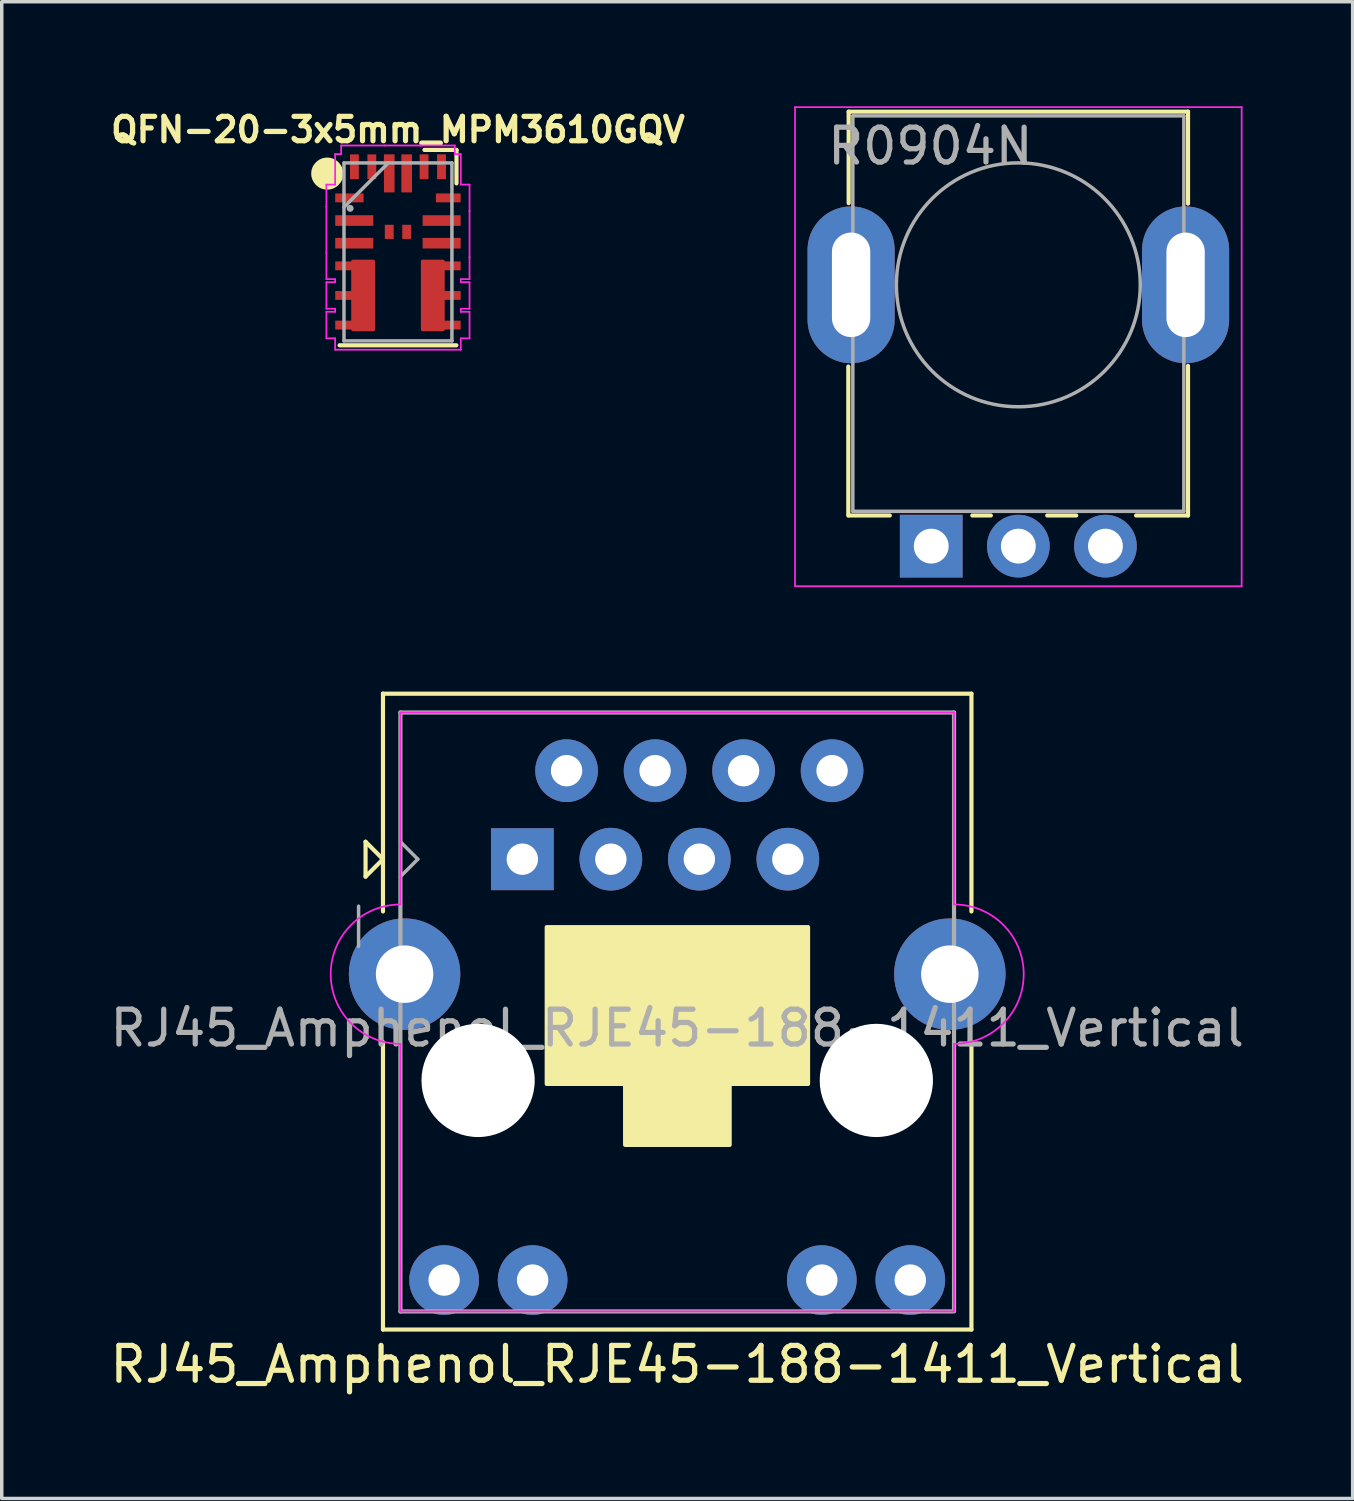
<source format=kicad_pcb>
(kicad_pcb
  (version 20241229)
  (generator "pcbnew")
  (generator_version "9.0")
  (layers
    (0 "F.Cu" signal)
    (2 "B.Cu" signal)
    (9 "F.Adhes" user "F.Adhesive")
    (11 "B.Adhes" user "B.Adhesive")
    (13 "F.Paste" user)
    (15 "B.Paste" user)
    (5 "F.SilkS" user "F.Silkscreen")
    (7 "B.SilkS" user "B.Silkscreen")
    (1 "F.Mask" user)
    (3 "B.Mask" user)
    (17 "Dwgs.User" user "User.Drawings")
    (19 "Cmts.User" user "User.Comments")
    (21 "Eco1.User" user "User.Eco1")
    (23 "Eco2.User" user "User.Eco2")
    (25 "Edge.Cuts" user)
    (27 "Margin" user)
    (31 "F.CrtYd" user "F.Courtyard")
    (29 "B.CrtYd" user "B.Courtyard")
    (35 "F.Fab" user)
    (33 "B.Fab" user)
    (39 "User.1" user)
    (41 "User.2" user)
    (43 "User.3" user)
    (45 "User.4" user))
  (footprint "QFN-20-3x5mm_MPM3610GQV"
    (layer "F.Cu")
    (at 8.372 4.18)
    (property "Reference" "QFN-20-3x5mm_MPM3610GQV" (at 0 -3.507 0) (layer "F.SilkS") (effects (font (size 0.7 0.7) (thickness 0.15))))
    (attr smd)
    (fp_poly (pts (xy -1.292 0.273) (xy -0.708 0.273) (xy -0.708 2.227) (xy -1.292 2.227)) (stroke (width 0.1) (type solid)) (fill yes) (layer "F.Cu"))
    (fp_poly (pts (xy 1.292 2.227) (xy 0.708 2.227) (xy 0.708 0.273) (xy 1.292 0.273)) (stroke (width 0.1) (type solid)) (fill yes) (layer "F.Cu"))
    (fp_poly (pts (xy -1.292 0.273) (xy -0.708 0.273) (xy -0.708 2.227) (xy -1.292 2.227)) (stroke (width 0.1) (type solid)) (fill yes) (layer "F.Mask"))
    (fp_poly (pts (xy 1.292 2.227) (xy 0.708 2.227) (xy 0.708 0.273) (xy 1.292 0.273)) (stroke (width 0.1) (type solid)) (fill yes) (layer "F.Mask"))
    (fp_line (start 1.676 2.68) (end -1.676 2.68) (stroke (width 0.12) (type solid)) (layer "F.SilkS"))
    (fp_line (start 1.68 -2.927) (end 0.76 -2.927) (stroke (width 0.12) (type solid)) (layer "F.SilkS"))
    (fp_line (start 1.68 -1.967) (end 1.68 -2.927) (stroke (width 0.12) (type solid)) (layer "F.SilkS"))
    (fp_circle (center -2.03 -2.247) (end -1.63 -2.247) (stroke (width 0.12) (type solid)) (fill yes) (layer "F.SilkS"))
    (fp_poly (pts (xy -1.292 0.273) (xy -0.708 0.273) (xy -0.708 2.227) (xy -1.292 2.227)) (stroke (width 0.1) (type solid)) (fill yes) (layer "F.Paste"))
    (fp_poly (pts (xy 1.292 2.227) (xy 0.708 2.227) (xy 0.708 0.273) (xy 1.292 0.273)) (stroke (width 0.1) (type solid)) (fill yes) (layer "F.Paste"))
    (fp_line (start -2.054 -1.931) (end -2.054 -1.306) (stroke (width 0.05) (type solid)) (layer "F.CrtYd"))
    (fp_line (start -2.054 -1.306) (end -2.054 -1.306) (stroke (width 0.05) (type solid)) (layer "F.CrtYd"))
    (fp_line (start -2.054 -1.306) (end -2.054 0.019) (stroke (width 0.05) (type solid)) (layer "F.CrtYd"))
    (fp_line (start -2.054 0.019) (end -2.054 0.019) (stroke (width 0.05) (type solid)) (layer "F.CrtYd"))
    (fp_line (start -2.054 0.019) (end -2.054 0.781) (stroke (width 0.05) (type solid)) (layer "F.CrtYd"))
    (fp_line (start -2.054 0.781) (end -1.803 0.781) (stroke (width 0.05) (type solid)) (layer "F.CrtYd"))
    (fp_line (start -2.054 0.869) (end -2.054 1.631) (stroke (width 0.05) (type solid)) (layer "F.CrtYd"))
    (fp_line (start -2.054 1.631) (end -1.803 1.631) (stroke (width 0.05) (type solid)) (layer "F.CrtYd"))
    (fp_line (start -2.054 1.719) (end -2.054 2.481) (stroke (width 0.05) (type solid)) (layer "F.CrtYd"))
    (fp_line (start -2.054 2.481) (end -1.803 2.481) (stroke (width 0.05) (type solid)) (layer "F.CrtYd"))
    (fp_line (start -1.803 -2.807) (end -1.803 -1.931) (stroke (width 0.05) (type solid)) (layer "F.CrtYd"))
    (fp_line (start -1.803 -1.931) (end -2.054 -1.931) (stroke (width 0.05) (type solid)) (layer "F.CrtYd"))
    (fp_line (start -1.803 0.781) (end -1.803 0.869) (stroke (width 0.05) (type solid)) (layer "F.CrtYd"))
    (fp_line (start -1.803 0.869) (end -2.054 0.869) (stroke (width 0.05) (type solid)) (layer "F.CrtYd"))
    (fp_line (start -1.803 1.631) (end -1.803 1.719) (stroke (width 0.05) (type solid)) (layer "F.CrtYd"))
    (fp_line (start -1.803 1.719) (end -2.054 1.719) (stroke (width 0.05) (type solid)) (layer "F.CrtYd"))
    (fp_line (start -1.803 2.481) (end -1.803 2.807) (stroke (width 0.05) (type solid)) (layer "F.CrtYd"))
    (fp_line (start -1.803 2.807) (end 1.803 2.807) (stroke (width 0.05) (type solid)) (layer "F.CrtYd"))
    (fp_line (start -1.631 -3.054) (end -1.631 -2.807) (stroke (width 0.05) (type solid)) (layer "F.CrtYd"))
    (fp_line (start -1.631 -2.807) (end -1.803 -2.807) (stroke (width 0.05) (type solid)) (layer "F.CrtYd"))
    (fp_line (start -0.369 -3.054) (end -0.369 -3.054) (stroke (width 0.05) (type solid)) (layer "F.CrtYd"))
    (fp_line (start -0.369 -3.054) (end -1.631 -3.054) (stroke (width 0.05) (type solid)) (layer "F.CrtYd"))
    (fp_line (start 0.656 -3.054) (end -0.369 -3.054) (stroke (width 0.05) (type solid)) (layer "F.CrtYd"))
    (fp_line (start 0.656 -3.054) (end 0.656 -3.054) (stroke (width 0.05) (type solid)) (layer "F.CrtYd"))
    (fp_line (start 1.631 -3.054) (end 0.656 -3.054) (stroke (width 0.05) (type solid)) (layer "F.CrtYd"))
    (fp_line (start 1.631 -2.807) (end 1.631 -3.054) (stroke (width 0.05) (type solid)) (layer "F.CrtYd"))
    (fp_line (start 1.803 -2.807) (end 1.631 -2.807) (stroke (width 0.05) (type solid)) (layer "F.CrtYd"))
    (fp_line (start 1.803 -1.931) (end 1.803 -2.807) (stroke (width 0.05) (type solid)) (layer "F.CrtYd"))
    (fp_line (start 1.803 0.781) (end 2.054 0.781) (stroke (width 0.05) (type solid)) (layer "F.CrtYd"))
    (fp_line (start 1.803 0.869) (end 1.803 0.781) (stroke (width 0.05) (type solid)) (layer "F.CrtYd"))
    (fp_line (start 1.803 1.631) (end 2.054 1.631) (stroke (width 0.05) (type solid)) (layer "F.CrtYd"))
    (fp_line (start 1.803 1.719) (end 1.803 1.631) (stroke (width 0.05) (type solid)) (layer "F.CrtYd"))
    (fp_line (start 1.803 2.481) (end 2.054 2.481) (stroke (width 0.05) (type solid)) (layer "F.CrtYd"))
    (fp_line (start 1.803 2.807) (end 1.803 2.481) (stroke (width 0.05) (type solid)) (layer "F.CrtYd"))
    (fp_line (start 2.054 -1.931) (end 1.803 -1.931) (stroke (width 0.05) (type solid)) (layer "F.CrtYd"))
    (fp_line (start 2.054 -1.169) (end 2.054 -1.931) (stroke (width 0.05) (type solid)) (layer "F.CrtYd"))
    (fp_line (start 2.054 0.156) (end 2.054 0.156) (stroke (width 0.05) (type solid)) (layer "F.CrtYd"))
    (fp_line (start 2.054 0.781) (end 2.054 0.156) (stroke (width 0.05) (type solid)) (layer "F.CrtYd"))
    (fp_line (start 2.054 0.869) (end 1.803 0.869) (stroke (width 0.05) (type solid)) (layer "F.CrtYd"))
    (fp_line (start 2.054 1.631) (end 2.054 0.869) (stroke (width 0.05) (type solid)) (layer "F.CrtYd"))
    (fp_line (start 2.054 1.719) (end 1.803 1.719) (stroke (width 0.05) (type solid)) (layer "F.CrtYd"))
    (fp_line (start 2.054 2.481) (end 2.054 1.719) (stroke (width 0.05) (type solid)) (layer "F.CrtYd"))
    (fp_line (start 2.054 -1.169) (end 2.054 -1.169) (stroke (width 0.05) (type solid)) (layer "F.CrtYd"))
    (fp_line (start 2.054 0.156) (end 2.054 -1.169) (stroke (width 0.05) (type solid)) (layer "F.CrtYd"))
    (fp_line (start -1.549 -2.553) (end -1.549 2.553) (stroke (width 0.1) (type solid)) (layer "F.Fab"))
    (fp_line (start -1.549 -1.283) (end -0.279 -2.553) (stroke (width 0.1) (type solid)) (layer "F.Fab"))
    (fp_line (start -1.549 2.553) (end 1.549 2.553) (stroke (width 0.1) (type solid)) (layer "F.Fab"))
    (fp_line (start 1.549 -2.553) (end -1.549 -2.553) (stroke (width 0.1) (type solid)) (layer "F.Fab"))
    (fp_line (start 1.549 2.553) (end 1.549 -2.553) (stroke (width 0.1) (type solid)) (layer "F.Fab"))
    (fp_circle (center -1.372 -1.25) (end -1.372 -1.25) (stroke (width 0.1) (type solid)) (fill no) (layer "F.Fab"))
    (pad "1" smd rect (at -1.394 -1.55) (size 0.813 0.254) (layers "F.Cu" "F.Mask" "F.Paste"))
    (pad "2" smd rect (at -1.254 -0.9) (size 1.092 0.305) (layers "F.Cu" "F.Mask" "F.Paste"))
    (pad "3" smd rect (at -1.254 -0.25) (size 1.092 0.305) (layers "F.Cu" "F.Mask" "F.Paste"))
    (pad "4" smd rect (at -1.546 0.4) (size 0.508 0.254) (layers "F.Cu" "F.Mask" "F.Paste"))
    (pad "5" smd rect (at -1.546 1.25) (size 0.508 0.254) (layers "F.Cu" "F.Mask" "F.Paste"))
    (pad "6" smd rect (at -1.546 2.1) (size 0.508 0.254) (layers "F.Cu" "F.Mask" "F.Paste"))
    (pad "7" smd rect (at 1.546 2.1) (size 0.508 0.254) (layers "F.Cu" "F.Mask" "F.Paste"))
    (pad "8" smd rect (at 1.546 1.25) (size 0.508 0.254) (layers "F.Cu" "F.Mask" "F.Paste"))
    (pad "9" smd rect (at 1.546 0.4) (size 0.508 0.254) (layers "F.Cu" "F.Mask" "F.Paste"))
    (pad "10" smd rect (at 1.254 -0.25) (size 1.092 0.305) (layers "F.Cu" "F.Mask" "F.Paste"))
    (pad "11" smd rect (at 1.254 -0.9) (size 1.092 0.305) (layers "F.Cu" "F.Mask" "F.Paste"))
    (pad "12" smd rect (at 1.444 -1.55) (size 0.711 0.254) (layers "F.Cu" "F.Mask" "F.Paste"))
    (pad "13" smd rect (at 1.25 -2.444 90) (size 0.711 0.254) (layers "F.Cu" "F.Mask" "F.Paste"))
    (pad "14" smd rect (at 0.75 -2.444 90) (size 0.711 0.254) (layers "F.Cu" "F.Mask" "F.Paste"))
    (pad "15" smd rect (at 0.25 -2.254 90) (size 1.092 0.305) (layers "F.Cu" "F.Mask" "F.Paste"))
    (pad "16" smd rect (at -0.25 -2.254 90) (size 1.092 0.305) (layers "F.Cu" "F.Mask" "F.Paste"))
    (pad "17" smd rect (at -0.75 -2.444 90) (size 0.711 0.254) (layers "F.Cu" "F.Mask" "F.Paste"))
    (pad "18" smd rect (at -1.25 -2.444 90) (size 0.711 0.254) (layers "F.Cu" "F.Mask" "F.Paste"))
    (pad "19" smd rect (at -0.25 -0.575) (size 0.254 0.406) (layers "F.Cu" "F.Mask" "F.Paste"))
    (pad "20" smd rect (at 0.25 -0.575) (size 0.254 0.406) (layers "F.Cu" "F.Mask" "F.Paste")))
  (footprint "R0904N"
    (layer "F.Cu")
    (at 26.173 5.525)
    (property "Reference" "R0904N" (at -2.52 -4.38 0) (layer "F.Fab") (effects (font (size 1 1) (thickness 0.15))))
    (attr through_hole)
    (fp_line (start -4.875 6.22) (end -4.875 1.946) (stroke (width 0.12) (type solid)) (layer "F.SilkS"))
    (fp_line (start -4.865 -2.745) (end -4.865 -5.37) (stroke (width 0.12) (type solid)) (layer "F.SilkS"))
    (fp_line (start -3.685 6.22) (end -4.865 6.22) (stroke (width 0.12) (type solid)) (layer "F.SilkS"))
    (fp_line (start -0.785 6.22) (end -1.315 6.22) (stroke (width 0.12) (type solid)) (layer "F.SilkS"))
    (fp_line (start 1.665 6.22) (end 0.835 6.22) (stroke (width 0.12) (type solid)) (layer "F.SilkS"))
    (fp_line (start 4.875 -5.37) (end -4.865 -5.37) (stroke (width 0.12) (type solid)) (layer "F.SilkS"))
    (fp_line (start 4.875 -2.73) (end 4.875 -5.37) (stroke (width 0.12) (type solid)) (layer "F.SilkS"))
    (fp_line (start 4.875 6.22) (end 3.385 6.22) (stroke (width 0.12) (type solid)) (layer "F.SilkS"))
    (fp_line (start 4.875 6.22) (end 4.875 1.926) (stroke (width 0.12) (type solid)) (layer "F.SilkS"))
    (fp_line (start -6.405 -5.5) (end -6.405 8.25) (stroke (width 0.05) (type solid)) (layer "F.CrtYd"))
    (fp_line (start -6.405 8.25) (end 6.415 8.25) (stroke (width 0.05) (type solid)) (layer "F.CrtYd"))
    (fp_line (start 6.415 -5.5) (end -6.405 -5.5) (stroke (width 0.05) (type solid)) (layer "F.CrtYd"))
    (fp_line (start 6.415 8.25) (end 6.415 -5.5) (stroke (width 0.05) (type solid)) (layer "F.CrtYd"))
    (fp_line (start -4.745 6.1) (end -4.745 -5.25) (stroke (width 0.1) (type solid)) (layer "F.Fab"))
    (fp_line (start 4.755 -5.25) (end -4.745 -5.25) (stroke (width 0.1) (type solid)) (layer "F.Fab"))
    (fp_line (start 4.755 6.1) (end -4.745 6.1) (stroke (width 0.1) (type solid)) (layer "F.Fab"))
    (fp_line (start 4.755 6.1) (end 4.755 -5.25) (stroke (width 0.1) (type solid)) (layer "F.Fab"))
    (fp_circle (center 0.005 -0.4) (end -3.495 -0.4) (stroke (width 0.1) (type solid)) (fill no) (layer "F.Fab"))
    (pad "" thru_hole oval (at -4.795 -0.4 180) (size 2.5 4.5) (drill oval 1.1 3) (layers "*.Cu" "*.Mask"))
    (pad "" thru_hole oval (at 4.805 -0.4 180) (size 2.5 4.5) (drill oval 1.1 3) (layers "*.Cu" "*.Mask"))
    (pad "1" thru_hole rect (at -2.495 7.1 180) (size 1.8 1.8) (drill 1) (layers "*.Cu" "*.Mask"))
    (pad "2" thru_hole circle (at 0.005 7.1 180) (size 1.8 1.8) (drill 1) (layers "*.Cu" "*.Mask"))
    (pad "3" thru_hole circle (at 2.505 7.1 180) (size 1.8 1.8) (drill 1) (layers "*.Cu" "*.Mask")))
  (footprint "RJ45_Amphenol_RJE45-188-1411_Vertical"
    (layer "F.Cu")
    (at 11.942 21.61)
    (property "Reference" "RJ45_Amphenol_RJE45-188-1411_Vertical" (at 4.445 14.5 0) (layer "F.SilkS") (effects (font (size 1 1) (thickness 0.15))))
    (attr through_hole)
    (fp_line (start -4.5 -0.5) (end -4.5 0.5) (stroke (width 0.12) (type solid)) (layer "F.SilkS"))
    (fp_line (start -4.5 0.5) (end -4 0) (stroke (width 0.12) (type solid)) (layer "F.SilkS"))
    (fp_line (start -4 -4.75) (end 12.89 -4.75) (stroke (width 0.12) (type solid)) (layer "F.SilkS"))
    (fp_line (start -4 0) (end -4.5 -0.5) (stroke (width 0.12) (type solid)) (layer "F.SilkS"))
    (fp_line (start -4 1.5) (end -4 -4.75) (stroke (width 0.12) (type solid)) (layer "F.SilkS"))
    (fp_line (start -4 5.25) (end -4 13.5) (stroke (width 0.12) (type solid)) (layer "F.SilkS"))
    (fp_line (start -4 13.5) (end 12.89 13.5) (stroke (width 0.12) (type solid)) (layer "F.SilkS"))
    (fp_line (start 12.89 -4.75) (end 12.89 1.5) (stroke (width 0.12) (type solid)) (layer "F.SilkS"))
    (fp_line (start 12.89 13.5) (end 12.89 5.25) (stroke (width 0.12) (type solid)) (layer "F.SilkS"))
    (fp_poly (pts (xy 8.2 6.45) (xy 5.95 6.45) (xy 5.95 8.2) (xy 2.95 8.2) (xy 2.95 6.45) (xy 0.7 6.45) (xy 0.7 1.95) (xy 8.2 1.95)) (stroke (width 0.12) (type solid)) (fill yes) (layer "F.SilkS"))
    (fp_line (start -3.5 -4.21) (end -3.5 1.3) (stroke (width 0.05) (type solid)) (layer "F.CrtYd"))
    (fp_line (start -3.5 -4.21) (end 12.39 -4.21) (stroke (width 0.05) (type solid)) (layer "F.CrtYd"))
    (fp_line (start -3.5 5.3) (end -3.5 12.98) (stroke (width 0.05) (type solid)) (layer "F.CrtYd"))
    (fp_line (start -3.5 12.98) (end 12.39 12.98) (stroke (width 0.05) (type solid)) (layer "F.CrtYd"))
    (fp_line (start 12.39 1.3) (end 12.39 -4.21) (stroke (width 0.05) (type solid)) (layer "F.CrtYd"))
    (fp_line (start 12.39 5.3) (end 12.39 12.98) (stroke (width 0.05) (type solid)) (layer "F.CrtYd"))
    (fp_arc (start -3.5 5.3) (mid -5.5 3.3) (end -3.5 1.3) (stroke (width 0.05) (type solid)) (layer "F.CrtYd"))
    (fp_arc (start 12.39 1.3) (mid 14.39 3.3) (end 12.39 5.3) (stroke (width 0.05) (type solid)) (layer "F.CrtYd"))
    (fp_line (start -4.7 2.5) (end -4.7 1.35) (stroke (width 0.1) (type solid)) (layer "F.Fab"))
    (fp_line (start -3.5 -4.21) (end -3.5 12.98) (stroke (width 0.12) (type solid)) (layer "F.Fab"))
    (fp_line (start -3.5 -4.21) (end 12.39 -4.21) (stroke (width 0.12) (type solid)) (layer "F.Fab"))
    (fp_line (start -3.5 -0.5) (end -3 0) (stroke (width 0.1) (type solid)) (layer "F.Fab"))
    (fp_line (start -3.5 0.5) (end -3 0) (stroke (width 0.1) (type solid)) (layer "F.Fab"))
    (fp_line (start -3.5 12.98) (end 12.34 12.98) (stroke (width 0.12) (type solid)) (layer "F.Fab"))
    (fp_line (start 12.39 -4.21) (end 12.39 12.98) (stroke (width 0.12) (type solid)) (layer "F.Fab"))
    (fp_text user "${REFERENCE}" (at 4.445 4.85 0) (layer "F.Fab") (effects (font (size 1 1) (thickness 0.15))))
    (pad "" np_thru_hole circle (at -1.27 6.35) (size 3.25 3.25) (drill 3.25) (layers "*.Cu" "*.Mask"))
    (pad "" np_thru_hole circle (at 10.16 6.35) (size 3.25 3.25) (drill 3.25) (layers "*.Cu" "*.Mask"))
    (pad "1" thru_hole rect (at 0 0) (size 1.8 1.778) (drill 0.9) (layers "*.Cu" "*.Mask"))
    (pad "2" thru_hole circle (at 1.27 -2.54) (size 1.8 1.8) (drill 0.9) (layers "*.Cu" "*.Mask"))
    (pad "3" thru_hole circle (at 2.54 0) (size 1.8 1.8) (drill 0.9) (layers "*.Cu" "*.Mask"))
    (pad "4" thru_hole circle (at 3.81 -2.54) (size 1.8 1.8) (drill 0.9) (layers "*.Cu" "*.Mask"))
    (pad "5" thru_hole circle (at 5.08 0) (size 1.8 1.8) (drill 0.9) (layers "*.Cu" "*.Mask"))
    (pad "6" thru_hole circle (at 6.35 -2.54) (size 1.8 1.8) (drill 0.9) (layers "*.Cu" "*.Mask"))
    (pad "7" thru_hole circle (at 7.62 0) (size 1.8 1.8) (drill 0.9) (layers "*.Cu" "*.Mask"))
    (pad "8" thru_hole circle (at 8.89 -2.54) (size 1.8 1.8) (drill 0.9) (layers "*.Cu" "*.Mask"))
    (pad "9" thru_hole circle (at -2.245 12.08) (size 2 2) (drill 0.9) (layers "*.Cu" "*.Mask"))
    (pad "10" thru_hole circle (at 0.295 12.08) (size 2 2) (drill 0.9) (layers "*.Cu" "*.Mask"))
    (pad "11" thru_hole circle (at 8.595 12.08) (size 2 2) (drill 0.9) (layers "*.Cu" "*.Mask"))
    (pad "12" thru_hole circle (at 11.135 12.08) (size 2 2) (drill 0.9) (layers "*.Cu" "*.Mask"))
    (pad "SH" thru_hole circle (at -3.38 3.3) (size 3.2 3.2) (drill 1.65) (layers "*.Cu" "*.Mask"))
    (pad "SH" thru_hole circle (at 12.27 3.3) (size 3.2 3.2) (drill 1.65) (layers "*.Cu" "*.Mask")))
  (gr_rect
    (start -3 -3)
    (end 35.774 39.958)
    (stroke (width 0.1) (type default))
    (fill no)
    (layer "Edge.Cuts")))
</source>
